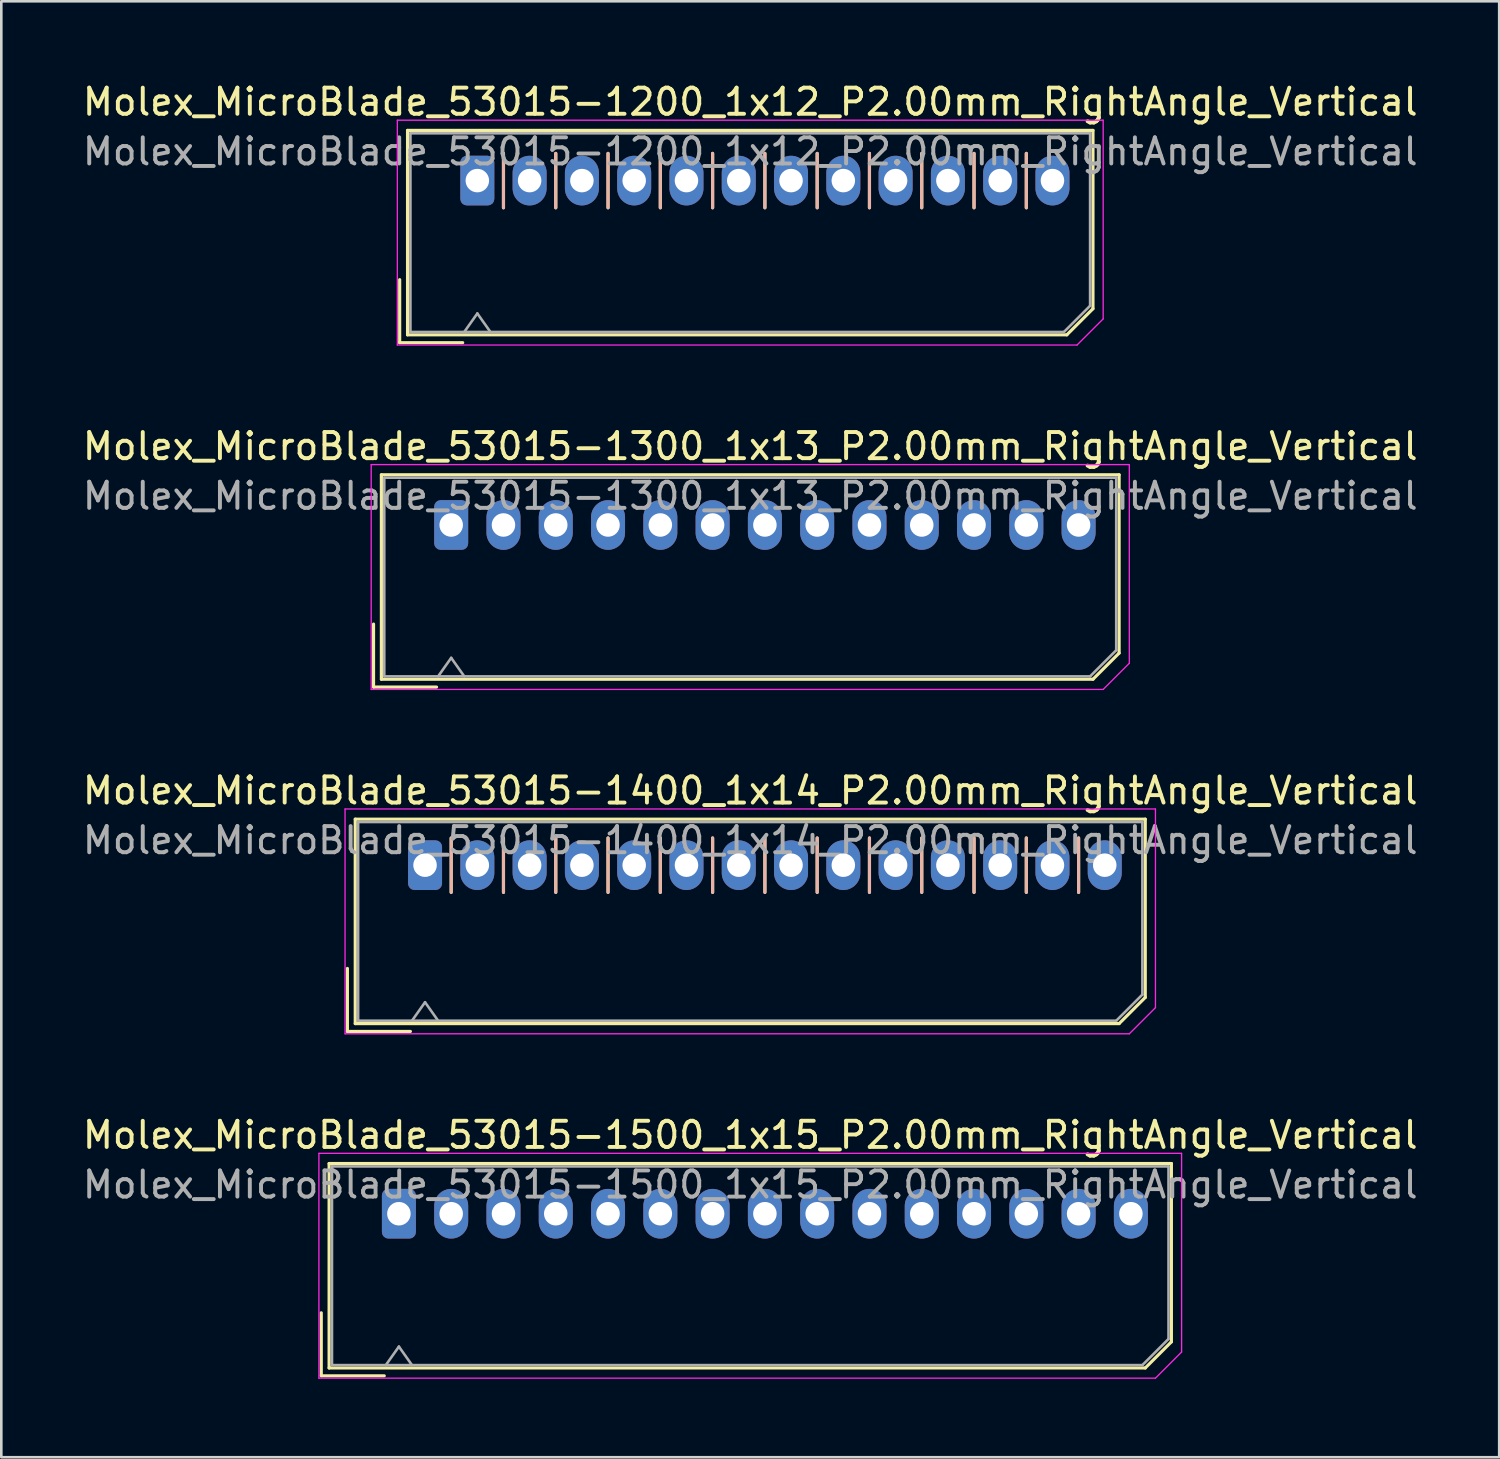
<source format=kicad_pcb>
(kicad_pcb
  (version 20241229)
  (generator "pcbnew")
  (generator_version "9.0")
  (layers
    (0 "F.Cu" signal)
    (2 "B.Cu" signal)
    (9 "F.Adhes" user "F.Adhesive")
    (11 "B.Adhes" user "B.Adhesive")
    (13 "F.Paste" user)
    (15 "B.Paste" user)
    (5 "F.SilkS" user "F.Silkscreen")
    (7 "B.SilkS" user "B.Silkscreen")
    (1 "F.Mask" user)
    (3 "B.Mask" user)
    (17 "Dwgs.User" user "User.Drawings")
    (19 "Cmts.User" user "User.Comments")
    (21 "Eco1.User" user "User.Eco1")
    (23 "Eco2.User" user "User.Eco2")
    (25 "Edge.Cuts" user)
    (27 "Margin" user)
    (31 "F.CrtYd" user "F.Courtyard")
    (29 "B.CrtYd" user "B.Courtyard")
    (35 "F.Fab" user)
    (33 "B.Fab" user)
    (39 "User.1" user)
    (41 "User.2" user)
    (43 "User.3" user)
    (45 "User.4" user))
  (footprint "Molex_MicroBlade_53015-1500_1x15_P2.00mm_RightAngle_Vertical"
    (layer "F.Cu")
    (at 12.209 43.378)
    (property "Reference" "Molex_MicroBlade_53015-1500_1x15_P2.00mm_RightAngle_Vertical" (at 13.44 -3.01 0) (layer "F.SilkS") (effects (font (size 1 1) (thickness 0.15))))
    (attr through_hole)
    (fp_line (start -2.97 3.79) (end -2.97 6.2) (stroke (width 0.12) (type solid)) (layer "F.SilkS"))
    (fp_line (start -2.97 6.2) (end -0.56 6.2) (stroke (width 0.12) (type solid)) (layer "F.SilkS"))
    (fp_line (start -2.67 -1.92) (end -2.67 5.9) (stroke (width 0.12) (type solid)) (layer "F.SilkS"))
    (fp_line (start -2.67 5.9) (end 28.55 5.9) (stroke (width 0.12) (type solid)) (layer "F.SilkS"))
    (fp_line (start 28.55 5.9) (end 29.55 4.9) (stroke (width 0.12) (type solid)) (layer "F.SilkS"))
    (fp_line (start 29.55 -1.92) (end -2.67 -1.92) (stroke (width 0.12) (type solid)) (layer "F.SilkS"))
    (fp_line (start 29.55 4.9) (end 29.55 -1.92) (stroke (width 0.12) (type solid)) (layer "F.SilkS"))
    (fp_line (start -3.06 -2.31) (end -3.06 6.29) (stroke (width 0.05) (type solid)) (layer "F.CrtYd"))
    (fp_line (start -3.06 6.29) (end 28.94 6.29) (stroke (width 0.05) (type solid)) (layer "F.CrtYd"))
    (fp_line (start 28.94 6.29) (end 29.94 5.29) (stroke (width 0.05) (type solid)) (layer "F.CrtYd"))
    (fp_line (start 29.94 -2.31) (end -3.06 -2.31) (stroke (width 0.05) (type solid)) (layer "F.CrtYd"))
    (fp_line (start 29.94 5.29) (end 29.94 -2.31) (stroke (width 0.05) (type solid)) (layer "F.CrtYd"))
    (fp_line (start -2.56 -1.81) (end -2.56 5.79) (stroke (width 0.1) (type solid)) (layer "F.Fab"))
    (fp_line (start -2.56 5.79) (end 28.44 5.79) (stroke (width 0.1) (type solid)) (layer "F.Fab"))
    (fp_line (start -0.5 5.79) (end 0 5.083) (stroke (width 0.1) (type solid)) (layer "F.Fab"))
    (fp_line (start 0 5.083) (end 0.5 5.79) (stroke (width 0.1) (type solid)) (layer "F.Fab"))
    (fp_line (start 28.44 5.79) (end 29.44 4.79) (stroke (width 0.1) (type solid)) (layer "F.Fab"))
    (fp_line (start 29.44 -1.81) (end -2.56 -1.81) (stroke (width 0.1) (type solid)) (layer "F.Fab"))
    (fp_line (start 29.44 4.79) (end 29.44 -1.81) (stroke (width 0.1) (type solid)) (layer "F.Fab"))
    (fp_text user "${REFERENCE}" (at 13.44 -1.11 0) (layer "F.Fab") (effects (font (size 1 1) (thickness 0.15))))
    (pad "1" thru_hole roundrect (at 0 0) (size 1.3 1.9) (drill 0.9) (layers "*.Cu" "*.Mask") (roundrect_rratio 0.192))
    (pad "2" thru_hole oval (at 2 0) (size 1.3 1.9) (drill 0.9) (layers "*.Cu" "*.Mask"))
    (pad "3" thru_hole oval (at 4 0) (size 1.3 1.9) (drill 0.9) (layers "*.Cu" "*.Mask"))
    (pad "4" thru_hole oval (at 6 0) (size 1.3 1.9) (drill 0.9) (layers "*.Cu" "*.Mask"))
    (pad "5" thru_hole oval (at 8 0) (size 1.3 1.9) (drill 0.9) (layers "*.Cu" "*.Mask"))
    (pad "6" thru_hole oval (at 10 0) (size 1.3 1.9) (drill 0.9) (layers "*.Cu" "*.Mask"))
    (pad "7" thru_hole oval (at 12 0) (size 1.3 1.9) (drill 0.9) (layers "*.Cu" "*.Mask"))
    (pad "8" thru_hole oval (at 14 0) (size 1.3 1.9) (drill 0.9) (layers "*.Cu" "*.Mask"))
    (pad "9" thru_hole oval (at 16 0) (size 1.3 1.9) (drill 0.9) (layers "*.Cu" "*.Mask"))
    (pad "10" thru_hole oval (at 18 0) (size 1.3 1.9) (drill 0.9) (layers "*.Cu" "*.Mask"))
    (pad "11" thru_hole oval (at 20 0) (size 1.3 1.9) (drill 0.9) (layers "*.Cu" "*.Mask"))
    (pad "12" thru_hole oval (at 22 0) (size 1.3 1.9) (drill 0.9) (layers "*.Cu" "*.Mask"))
    (pad "13" thru_hole oval (at 24 0) (size 1.3 1.9) (drill 0.9) (layers "*.Cu" "*.Mask"))
    (pad "14" thru_hole oval (at 26 0) (size 1.3 1.9) (drill 0.9) (layers "*.Cu" "*.Mask"))
    (pad "15" thru_hole oval (at 28 0) (size 1.3 1.9) (drill 0.9) (layers "*.Cu" "*.Mask")))
  (footprint "Molex_MicroBlade_53015-1200_1x12_P2.00mm_RightAngle_Vertical"
    (layer "F.Cu")
    (at 15.209 3.858)
    (property "Reference" "Molex_MicroBlade_53015-1200_1x12_P2.00mm_RightAngle_Vertical" (at 10.44 -3.01 0) (layer "F.SilkS") (effects (font (size 1 1) (thickness 0.15))))
    (attr through_hole)
    (fp_line (start -2.97 3.79) (end -2.97 6.2) (stroke (width 0.12) (type solid)) (layer "F.SilkS"))
    (fp_line (start -2.97 6.2) (end -0.56 6.2) (stroke (width 0.12) (type solid)) (layer "F.SilkS"))
    (fp_line (start -2.67 -1.92) (end -2.67 5.9) (stroke (width 0.12) (type solid)) (layer "F.SilkS"))
    (fp_line (start -2.67 5.9) (end 22.55 5.9) (stroke (width 0.12) (type solid)) (layer "F.SilkS"))
    (fp_line (start 1 -1.04) (end 1 1.04) (stroke (width 0.12) (type default)) (layer "F.SilkS"))
    (fp_line (start 3 -1.04) (end 3 1.04) (stroke (width 0.12) (type default)) (layer "F.SilkS"))
    (fp_line (start 5 -1.04) (end 5 1.04) (stroke (width 0.12) (type default)) (layer "F.SilkS"))
    (fp_line (start 7 -1.04) (end 7 1.04) (stroke (width 0.12) (type default)) (layer "F.SilkS"))
    (fp_line (start 9 -1.04) (end 9 1.04) (stroke (width 0.12) (type default)) (layer "F.SilkS"))
    (fp_line (start 11 -1.04) (end 11 1.04) (stroke (width 0.12) (type default)) (layer "F.SilkS"))
    (fp_line (start 13 -1.04) (end 13 1.04) (stroke (width 0.12) (type default)) (layer "F.SilkS"))
    (fp_line (start 15 -1.04) (end 15 1.04) (stroke (width 0.12) (type default)) (layer "F.SilkS"))
    (fp_line (start 17 -1.04) (end 17 1.04) (stroke (width 0.12) (type default)) (layer "F.SilkS"))
    (fp_line (start 19 -1.04) (end 19 1.04) (stroke (width 0.12) (type default)) (layer "F.SilkS"))
    (fp_line (start 21 -1.04) (end 21 1.04) (stroke (width 0.12) (type default)) (layer "F.SilkS"))
    (fp_line (start 22.55 5.9) (end 23.55 4.9) (stroke (width 0.12) (type solid)) (layer "F.SilkS"))
    (fp_line (start 23.55 -1.92) (end -2.67 -1.92) (stroke (width 0.12) (type solid)) (layer "F.SilkS"))
    (fp_line (start 23.55 4.9) (end 23.55 -1.92) (stroke (width 0.12) (type solid)) (layer "F.SilkS"))
    (fp_line (start 1 -1.04) (end 1 1.04) (stroke (width 0.12) (type default)) (layer "B.SilkS"))
    (fp_line (start 3 -1.04) (end 3 1.04) (stroke (width 0.12) (type default)) (layer "B.SilkS"))
    (fp_line (start 5 -1.04) (end 5 1.04) (stroke (width 0.12) (type default)) (layer "B.SilkS"))
    (fp_line (start 7 -1.04) (end 7 1.04) (stroke (width 0.12) (type default)) (layer "B.SilkS"))
    (fp_line (start 9 -1.04) (end 9 1.04) (stroke (width 0.12) (type default)) (layer "B.SilkS"))
    (fp_line (start 11 -1.04) (end 11 1.04) (stroke (width 0.12) (type default)) (layer "B.SilkS"))
    (fp_line (start 13 -1.04) (end 13 1.04) (stroke (width 0.12) (type default)) (layer "B.SilkS"))
    (fp_line (start 15 -1.04) (end 15 1.04) (stroke (width 0.12) (type default)) (layer "B.SilkS"))
    (fp_line (start 17 -1.04) (end 17 1.04) (stroke (width 0.12) (type default)) (layer "B.SilkS"))
    (fp_line (start 19 -1.04) (end 19 1.04) (stroke (width 0.12) (type default)) (layer "B.SilkS"))
    (fp_line (start 21 -1.04) (end 21 1.04) (stroke (width 0.12) (type default)) (layer "B.SilkS"))
    (fp_line (start -3.06 -2.31) (end -3.06 6.29) (stroke (width 0.05) (type solid)) (layer "F.CrtYd"))
    (fp_line (start -3.06 6.29) (end 22.94 6.29) (stroke (width 0.05) (type solid)) (layer "F.CrtYd"))
    (fp_line (start 22.94 6.29) (end 23.94 5.29) (stroke (width 0.05) (type solid)) (layer "F.CrtYd"))
    (fp_line (start 23.94 -2.31) (end -3.06 -2.31) (stroke (width 0.05) (type solid)) (layer "F.CrtYd"))
    (fp_line (start 23.94 5.29) (end 23.94 -2.31) (stroke (width 0.05) (type solid)) (layer "F.CrtYd"))
    (fp_line (start -2.56 -1.81) (end -2.56 5.79) (stroke (width 0.1) (type solid)) (layer "F.Fab"))
    (fp_line (start -2.56 5.79) (end 22.44 5.79) (stroke (width 0.1) (type solid)) (layer "F.Fab"))
    (fp_line (start -0.5 5.79) (end 0 5.083) (stroke (width 0.1) (type solid)) (layer "F.Fab"))
    (fp_line (start 0 5.083) (end 0.5 5.79) (stroke (width 0.1) (type solid)) (layer "F.Fab"))
    (fp_line (start 22.44 5.79) (end 23.44 4.79) (stroke (width 0.1) (type solid)) (layer "F.Fab"))
    (fp_line (start 23.44 -1.81) (end -2.56 -1.81) (stroke (width 0.1) (type solid)) (layer "F.Fab"))
    (fp_line (start 23.44 4.79) (end 23.44 -1.81) (stroke (width 0.1) (type solid)) (layer "F.Fab"))
    (fp_text user "${REFERENCE}" (at 10.44 -1.11 0) (layer "F.Fab") (effects (font (size 1 1) (thickness 0.15))))
    (pad "1" thru_hole roundrect (at 0 0) (size 1.3 1.9) (drill 0.9) (layers "*.Cu" "*.Mask") (roundrect_rratio 0.192))
    (pad "2" thru_hole oval (at 2 0) (size 1.3 1.9) (drill 0.9) (layers "*.Cu" "*.Mask"))
    (pad "3" thru_hole oval (at 4 0) (size 1.3 1.9) (drill 0.9) (layers "*.Cu" "*.Mask"))
    (pad "4" thru_hole oval (at 6 0) (size 1.3 1.9) (drill 0.9) (layers "*.Cu" "*.Mask"))
    (pad "5" thru_hole oval (at 8 0) (size 1.3 1.9) (drill 0.9) (layers "*.Cu" "*.Mask"))
    (pad "6" thru_hole oval (at 10 0) (size 1.3 1.9) (drill 0.9) (layers "*.Cu" "*.Mask"))
    (pad "7" thru_hole oval (at 12 0) (size 1.3 1.9) (drill 0.9) (layers "*.Cu" "*.Mask"))
    (pad "8" thru_hole oval (at 14 0) (size 1.3 1.9) (drill 0.9) (layers "*.Cu" "*.Mask"))
    (pad "9" thru_hole oval (at 16 0) (size 1.3 1.9) (drill 0.9) (layers "*.Cu" "*.Mask"))
    (pad "10" thru_hole oval (at 18 0) (size 1.3 1.9) (drill 0.9) (layers "*.Cu" "*.Mask"))
    (pad "11" thru_hole oval (at 20 0) (size 1.3 1.9) (drill 0.9) (layers "*.Cu" "*.Mask"))
    (pad "12" thru_hole oval (at 22 0) (size 1.3 1.9) (drill 0.9) (layers "*.Cu" "*.Mask")))
  (footprint "Molex_MicroBlade_53015-1400_1x14_P2.00mm_RightAngle_Vertical"
    (layer "F.Cu")
    (at 13.209 30.045)
    (property "Reference" "Molex_MicroBlade_53015-1400_1x14_P2.00mm_RightAngle_Vertical" (at 12.44 -2.85 0) (layer "F.SilkS") (effects (font (size 1 1) (thickness 0.15))))
    (attr through_hole)
    (fp_line (start -2.97 3.95) (end -2.97 6.36) (stroke (width 0.12) (type solid)) (layer "F.SilkS"))
    (fp_line (start -2.97 6.36) (end -0.56 6.36) (stroke (width 0.12) (type solid)) (layer "F.SilkS"))
    (fp_line (start -2.67 -1.76) (end -2.67 6.06) (stroke (width 0.12) (type solid)) (layer "F.SilkS"))
    (fp_line (start -2.67 6.06) (end 26.55 6.06) (stroke (width 0.12) (type solid)) (layer "F.SilkS"))
    (fp_line (start 1 -1.04) (end 1 1.04) (stroke (width 0.12) (type default)) (layer "F.SilkS"))
    (fp_line (start 3 -1.04) (end 3 1.04) (stroke (width 0.12) (type default)) (layer "F.SilkS"))
    (fp_line (start 5 -1.04) (end 5 1.04) (stroke (width 0.12) (type default)) (layer "F.SilkS"))
    (fp_line (start 7 -1.04) (end 7 1.04) (stroke (width 0.12) (type default)) (layer "F.SilkS"))
    (fp_line (start 9 -1.04) (end 9 1.04) (stroke (width 0.12) (type default)) (layer "F.SilkS"))
    (fp_line (start 11 -1.04) (end 11 1.04) (stroke (width 0.12) (type default)) (layer "F.SilkS"))
    (fp_line (start 13 -1.04) (end 13 1.04) (stroke (width 0.12) (type default)) (layer "F.SilkS"))
    (fp_line (start 15 -1.04) (end 15 1.04) (stroke (width 0.12) (type default)) (layer "F.SilkS"))
    (fp_line (start 17 -1.04) (end 17 1.04) (stroke (width 0.12) (type default)) (layer "F.SilkS"))
    (fp_line (start 19 -1.04) (end 19 1.04) (stroke (width 0.12) (type default)) (layer "F.SilkS"))
    (fp_line (start 21 -1.04) (end 21 1.04) (stroke (width 0.12) (type default)) (layer "F.SilkS"))
    (fp_line (start 23 -1.04) (end 23 1.04) (stroke (width 0.12) (type default)) (layer "F.SilkS"))
    (fp_line (start 25 -1.04) (end 25 1.04) (stroke (width 0.12) (type default)) (layer "F.SilkS"))
    (fp_line (start 26.55 6.06) (end 27.55 5.06) (stroke (width 0.12) (type solid)) (layer "F.SilkS"))
    (fp_line (start 27.55 -1.76) (end -2.67 -1.76) (stroke (width 0.12) (type solid)) (layer "F.SilkS"))
    (fp_line (start 27.55 5.06) (end 27.55 -1.76) (stroke (width 0.12) (type solid)) (layer "F.SilkS"))
    (fp_line (start 1 -1.04) (end 1 1.04) (stroke (width 0.12) (type default)) (layer "B.SilkS"))
    (fp_line (start 3 -1.04) (end 3 1.04) (stroke (width 0.12) (type default)) (layer "B.SilkS"))
    (fp_line (start 5 -1.04) (end 5 1.04) (stroke (width 0.12) (type default)) (layer "B.SilkS"))
    (fp_line (start 7 -1.04) (end 7 1.04) (stroke (width 0.12) (type default)) (layer "B.SilkS"))
    (fp_line (start 9 -1.04) (end 9 1.04) (stroke (width 0.12) (type default)) (layer "B.SilkS"))
    (fp_line (start 11 -1.04) (end 11 1.04) (stroke (width 0.12) (type default)) (layer "B.SilkS"))
    (fp_line (start 13 -1.04) (end 13 1.04) (stroke (width 0.12) (type default)) (layer "B.SilkS"))
    (fp_line (start 15 -1.04) (end 15 1.04) (stroke (width 0.12) (type default)) (layer "B.SilkS"))
    (fp_line (start 17 -1.04) (end 17 1.04) (stroke (width 0.12) (type default)) (layer "B.SilkS"))
    (fp_line (start 19 -1.04) (end 19 1.04) (stroke (width 0.12) (type default)) (layer "B.SilkS"))
    (fp_line (start 21 -1.04) (end 21 1.04) (stroke (width 0.12) (type default)) (layer "B.SilkS"))
    (fp_line (start 23 -1.04) (end 23 1.04) (stroke (width 0.12) (type default)) (layer "B.SilkS"))
    (fp_line (start 25 -1.04) (end 25 1.04) (stroke (width 0.12) (type default)) (layer "B.SilkS"))
    (fp_line (start -3.06 -2.15) (end -3.06 6.45) (stroke (width 0.05) (type solid)) (layer "F.CrtYd"))
    (fp_line (start -3.06 6.45) (end 26.94 6.45) (stroke (width 0.05) (type solid)) (layer "F.CrtYd"))
    (fp_line (start 26.94 6.45) (end 27.94 5.45) (stroke (width 0.05) (type solid)) (layer "F.CrtYd"))
    (fp_line (start 27.94 -2.15) (end -3.06 -2.15) (stroke (width 0.05) (type solid)) (layer "F.CrtYd"))
    (fp_line (start 27.94 5.45) (end 27.94 -2.15) (stroke (width 0.05) (type solid)) (layer "F.CrtYd"))
    (fp_line (start -2.56 -1.65) (end -2.56 5.95) (stroke (width 0.1) (type solid)) (layer "F.Fab"))
    (fp_line (start -2.56 5.95) (end 26.44 5.95) (stroke (width 0.1) (type solid)) (layer "F.Fab"))
    (fp_line (start -0.5 5.95) (end 0 5.243) (stroke (width 0.1) (type solid)) (layer "F.Fab"))
    (fp_line (start 0 5.243) (end 0.5 5.95) (stroke (width 0.1) (type solid)) (layer "F.Fab"))
    (fp_line (start 26.44 5.95) (end 27.44 4.95) (stroke (width 0.1) (type solid)) (layer "F.Fab"))
    (fp_line (start 27.44 -1.65) (end -2.56 -1.65) (stroke (width 0.1) (type solid)) (layer "F.Fab"))
    (fp_line (start 27.44 4.95) (end 27.44 -1.65) (stroke (width 0.1) (type solid)) (layer "F.Fab"))
    (fp_text user "${REFERENCE}" (at 12.44 -0.95 0) (layer "F.Fab") (effects (font (size 1 1) (thickness 0.15))))
    (pad "1" thru_hole roundrect (at 0 0) (size 1.3 1.9) (drill 0.9) (layers "*.Cu" "*.Mask") (roundrect_rratio 0.192))
    (pad "2" thru_hole oval (at 2 0) (size 1.3 1.9) (drill 0.9) (layers "*.Cu" "*.Mask"))
    (pad "3" thru_hole oval (at 4 0) (size 1.3 1.9) (drill 0.9) (layers "*.Cu" "*.Mask"))
    (pad "4" thru_hole oval (at 6 0) (size 1.3 1.9) (drill 0.9) (layers "*.Cu" "*.Mask"))
    (pad "5" thru_hole oval (at 8 0) (size 1.3 1.9) (drill 0.9) (layers "*.Cu" "*.Mask"))
    (pad "6" thru_hole oval (at 10 0) (size 1.3 1.9) (drill 0.9) (layers "*.Cu" "*.Mask"))
    (pad "7" thru_hole oval (at 12 0) (size 1.3 1.9) (drill 0.9) (layers "*.Cu" "*.Mask"))
    (pad "8" thru_hole oval (at 14 0) (size 1.3 1.9) (drill 0.9) (layers "*.Cu" "*.Mask"))
    (pad "9" thru_hole oval (at 16 0) (size 1.3 1.9) (drill 0.9) (layers "*.Cu" "*.Mask"))
    (pad "10" thru_hole oval (at 18 0) (size 1.3 1.9) (drill 0.9) (layers "*.Cu" "*.Mask"))
    (pad "11" thru_hole oval (at 20 0) (size 1.3 1.9) (drill 0.9) (layers "*.Cu" "*.Mask"))
    (pad "12" thru_hole oval (at 22 0) (size 1.3 1.9) (drill 0.9) (layers "*.Cu" "*.Mask"))
    (pad "13" thru_hole oval (at 24 0) (size 1.3 1.9) (drill 0.9) (layers "*.Cu" "*.Mask"))
    (pad "14" thru_hole oval (at 26 0) (size 1.3 1.9) (drill 0.9) (layers "*.Cu" "*.Mask")))
  (footprint "Molex_MicroBlade_53015-1300_1x13_P2.00mm_RightAngle_Vertical"
    (layer "F.Cu")
    (at 14.209 17.032)
    (property "Reference" "Molex_MicroBlade_53015-1300_1x13_P2.00mm_RightAngle_Vertical" (at 11.44 -3.01 0) (layer "F.SilkS") (effects (font (size 1 1) (thickness 0.15))))
    (attr through_hole)
    (fp_line (start -2.97 3.79) (end -2.97 6.2) (stroke (width 0.12) (type solid)) (layer "F.SilkS"))
    (fp_line (start -2.97 6.2) (end -0.56 6.2) (stroke (width 0.12) (type solid)) (layer "F.SilkS"))
    (fp_line (start -2.67 -1.92) (end -2.67 5.9) (stroke (width 0.12) (type solid)) (layer "F.SilkS"))
    (fp_line (start -2.67 5.9) (end 24.55 5.9) (stroke (width 0.12) (type solid)) (layer "F.SilkS"))
    (fp_line (start 24.55 5.9) (end 25.55 4.9) (stroke (width 0.12) (type solid)) (layer "F.SilkS"))
    (fp_line (start 25.55 -1.92) (end -2.67 -1.92) (stroke (width 0.12) (type solid)) (layer "F.SilkS"))
    (fp_line (start 25.55 4.9) (end 25.55 -1.92) (stroke (width 0.12) (type solid)) (layer "F.SilkS"))
    (fp_line (start -3.06 -2.31) (end -3.06 6.29) (stroke (width 0.05) (type solid)) (layer "F.CrtYd"))
    (fp_line (start -3.06 6.29) (end 24.94 6.29) (stroke (width 0.05) (type solid)) (layer "F.CrtYd"))
    (fp_line (start 24.94 6.29) (end 25.94 5.29) (stroke (width 0.05) (type solid)) (layer "F.CrtYd"))
    (fp_line (start 25.94 -2.31) (end -3.06 -2.31) (stroke (width 0.05) (type solid)) (layer "F.CrtYd"))
    (fp_line (start 25.94 5.29) (end 25.94 -2.31) (stroke (width 0.05) (type solid)) (layer "F.CrtYd"))
    (fp_line (start -2.56 -1.81) (end -2.56 5.79) (stroke (width 0.1) (type solid)) (layer "F.Fab"))
    (fp_line (start -2.56 5.79) (end 24.44 5.79) (stroke (width 0.1) (type solid)) (layer "F.Fab"))
    (fp_line (start -0.5 5.79) (end 0 5.083) (stroke (width 0.1) (type solid)) (layer "F.Fab"))
    (fp_line (start 0 5.083) (end 0.5 5.79) (stroke (width 0.1) (type solid)) (layer "F.Fab"))
    (fp_line (start 24.44 5.79) (end 25.44 4.79) (stroke (width 0.1) (type solid)) (layer "F.Fab"))
    (fp_line (start 25.44 -1.81) (end -2.56 -1.81) (stroke (width 0.1) (type solid)) (layer "F.Fab"))
    (fp_line (start 25.44 4.79) (end 25.44 -1.81) (stroke (width 0.1) (type solid)) (layer "F.Fab"))
    (fp_text user "${REFERENCE}" (at 11.44 -1.11 0) (layer "F.Fab") (effects (font (size 1 1) (thickness 0.15))))
    (pad "1" thru_hole roundrect (at 0 0) (size 1.3 1.9) (drill 0.9) (layers "*.Cu" "*.Mask") (roundrect_rratio 0.192))
    (pad "2" thru_hole oval (at 2 0) (size 1.3 1.9) (drill 0.9) (layers "*.Cu" "*.Mask"))
    (pad "3" thru_hole oval (at 4 0) (size 1.3 1.9) (drill 0.9) (layers "*.Cu" "*.Mask"))
    (pad "4" thru_hole oval (at 6 0) (size 1.3 1.9) (drill 0.9) (layers "*.Cu" "*.Mask"))
    (pad "5" thru_hole oval (at 8 0) (size 1.3 1.9) (drill 0.9) (layers "*.Cu" "*.Mask"))
    (pad "6" thru_hole oval (at 10 0) (size 1.3 1.9) (drill 0.9) (layers "*.Cu" "*.Mask"))
    (pad "7" thru_hole oval (at 12 0) (size 1.3 1.9) (drill 0.9) (layers "*.Cu" "*.Mask"))
    (pad "8" thru_hole oval (at 14 0) (size 1.3 1.9) (drill 0.9) (layers "*.Cu" "*.Mask"))
    (pad "9" thru_hole oval (at 16 0) (size 1.3 1.9) (drill 0.9) (layers "*.Cu" "*.Mask"))
    (pad "10" thru_hole oval (at 18 0) (size 1.3 1.9) (drill 0.9) (layers "*.Cu" "*.Mask"))
    (pad "11" thru_hole oval (at 20 0) (size 1.3 1.9) (drill 0.9) (layers "*.Cu" "*.Mask"))
    (pad "12" thru_hole oval (at 22 0) (size 1.3 1.9) (drill 0.9) (layers "*.Cu" "*.Mask"))
    (pad "13" thru_hole oval (at 24 0) (size 1.3 1.9) (drill 0.9) (layers "*.Cu" "*.Mask")))
  (gr_rect
    (start -3 -3)
    (end 54.298 52.693)
    (stroke (width 0.1) (type default))
    (fill no)
    (layer "Edge.Cuts")))
</source>
